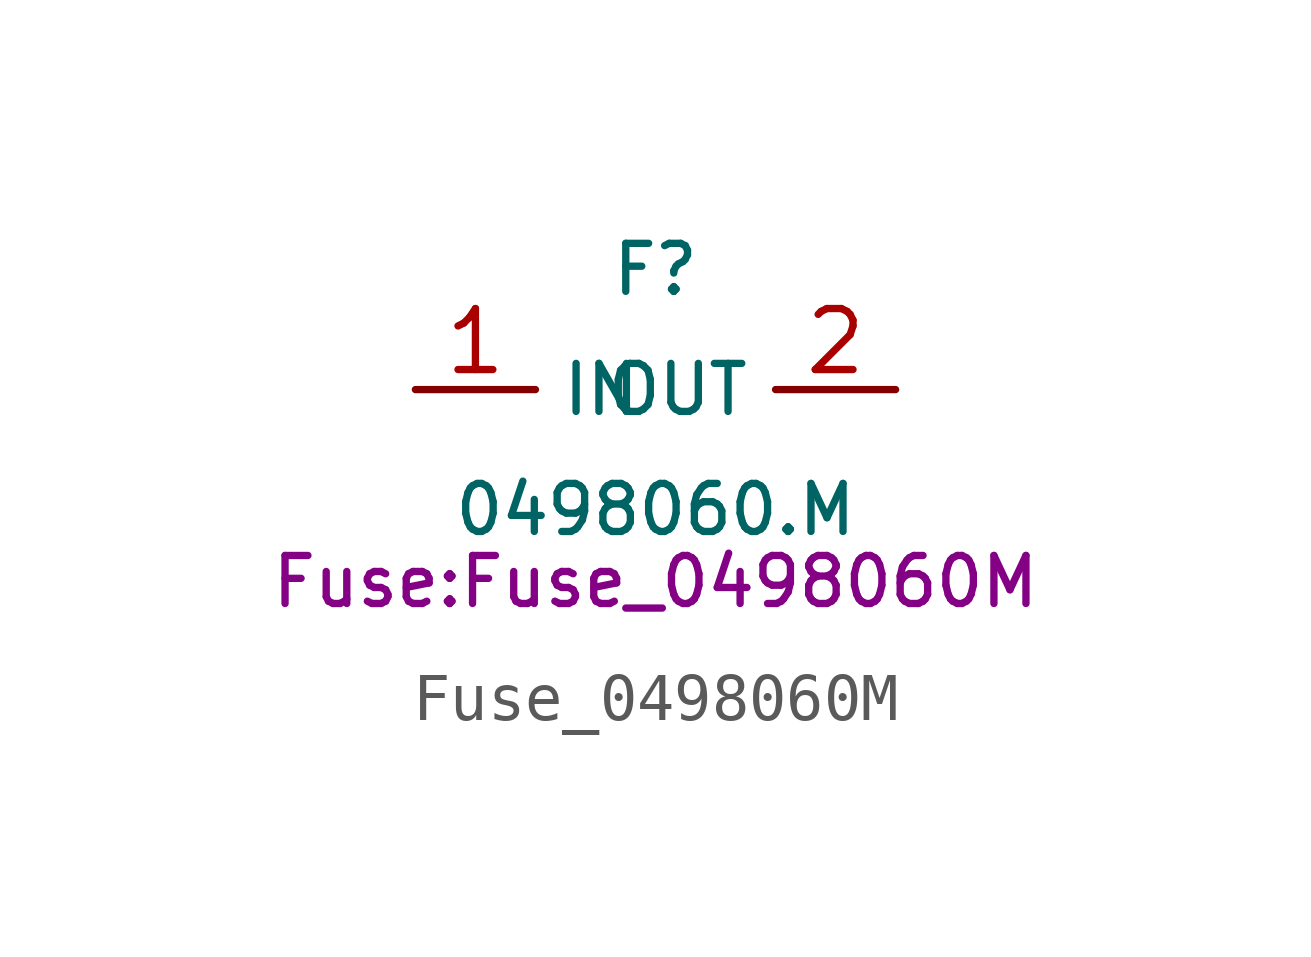
<source format=kicad_sym>
(kicad_symbol_lib
  (version 20211014)
  (generator ChatGPT)
  (symbol "Fuse_0498060M"
    (property "Reference" "F"
      (at 0 2.5 0)
      (effects (font (size 1 1))))
    (property "Value" "0498060.M"
      (at 0 -2.5 0)
      (effects (font (size 1 1))))
    (property "Footprint" "Fuse:Fuse_0498060M"
      (at 0 -4 0)
      (effects (font (size 1 1))))
    (pin passive line
      (at -5 0 0)
      (length 2.5)
      (name "IN" (effects (font (size 1 1))))
      (number "1"))
    (pin passive line
      (at 5 0 180)
      (length 2.5)
      (name "OUT" (effects (font (size 1 1))))
      (number "2"))))
</source>
